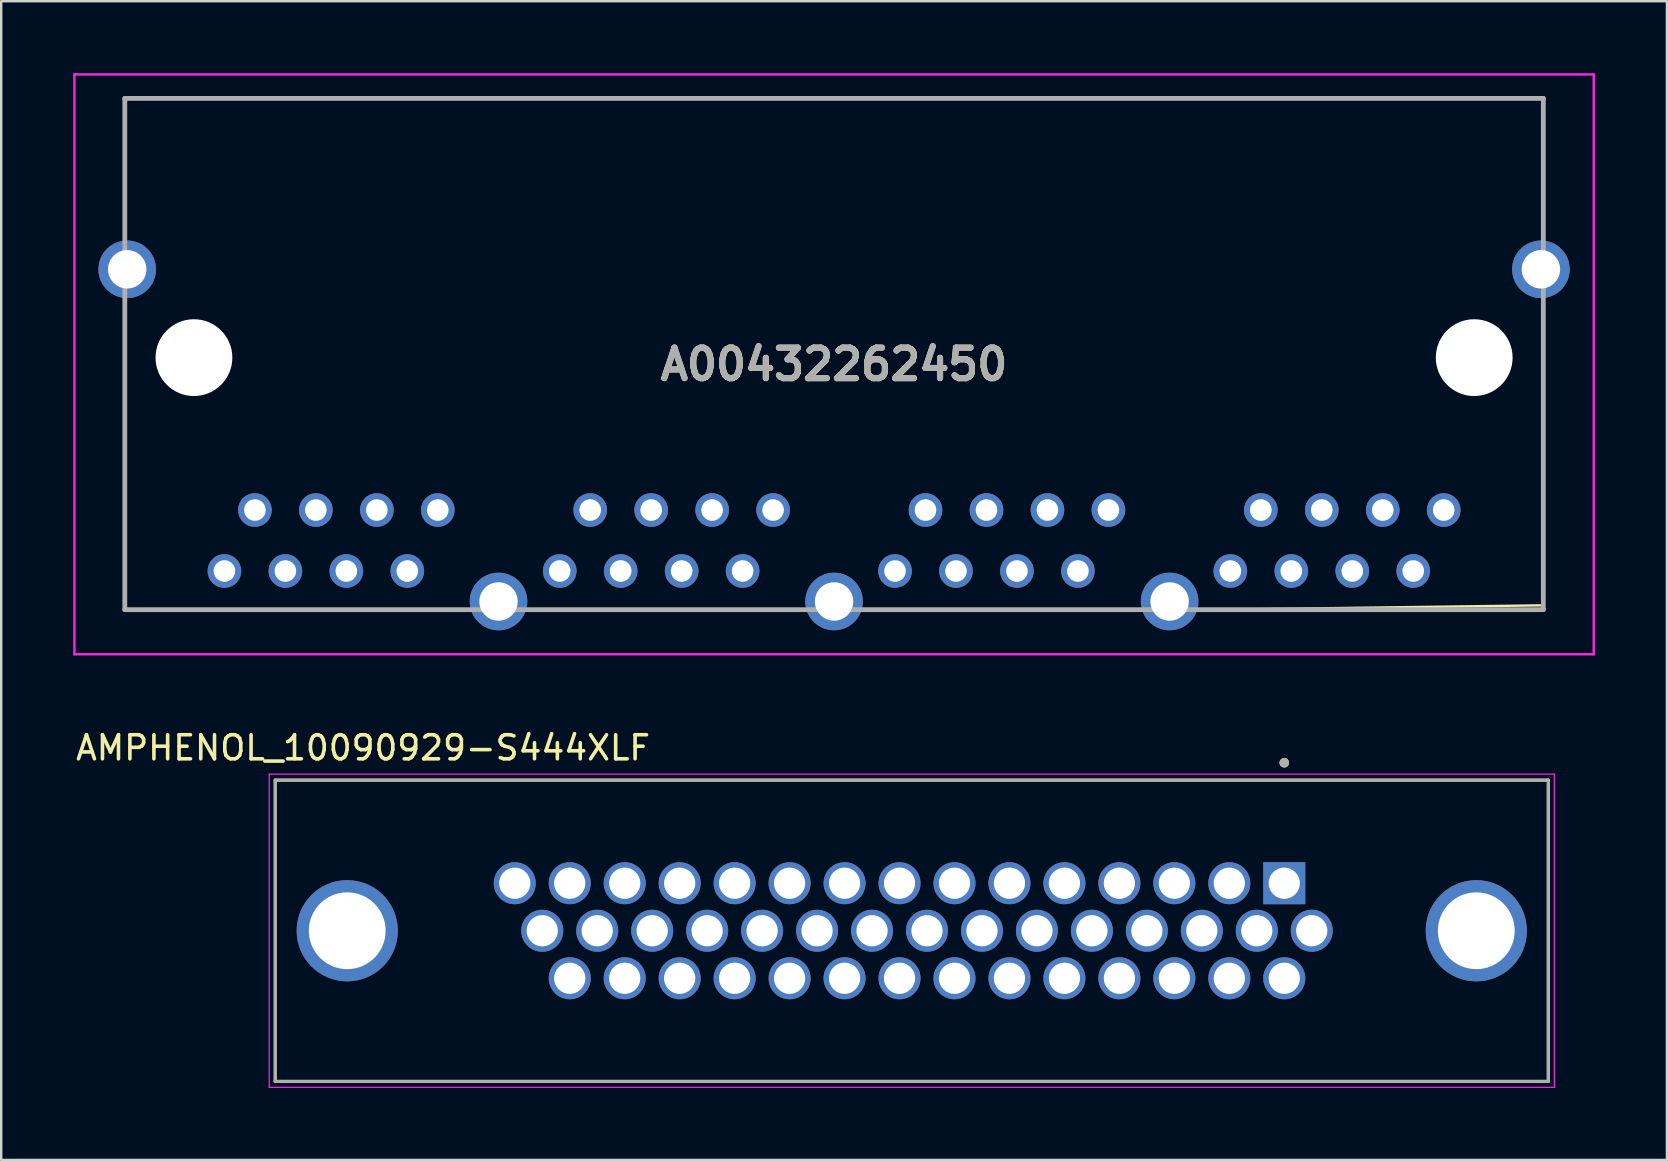
<source format=kicad_pcb>
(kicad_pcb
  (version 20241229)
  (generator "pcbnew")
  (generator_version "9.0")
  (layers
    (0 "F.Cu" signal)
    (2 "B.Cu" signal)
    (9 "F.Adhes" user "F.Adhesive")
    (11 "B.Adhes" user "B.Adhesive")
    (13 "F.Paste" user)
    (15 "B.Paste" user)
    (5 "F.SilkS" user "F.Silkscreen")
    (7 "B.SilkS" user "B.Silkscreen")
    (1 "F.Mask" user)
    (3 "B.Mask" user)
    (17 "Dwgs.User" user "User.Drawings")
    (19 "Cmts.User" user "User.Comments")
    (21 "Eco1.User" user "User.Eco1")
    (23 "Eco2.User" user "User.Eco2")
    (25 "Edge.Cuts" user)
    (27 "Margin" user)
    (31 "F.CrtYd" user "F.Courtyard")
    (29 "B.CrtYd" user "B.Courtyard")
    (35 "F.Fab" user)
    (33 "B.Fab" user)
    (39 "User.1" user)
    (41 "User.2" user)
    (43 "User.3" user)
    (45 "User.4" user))
  (footprint "AMPHENOL_10090929-S444XLF"
    (layer "F.Cu")
    (at 34.937 35.728)
    (property "Reference" "AMPHENOL_10090929-S444XLF" (at -22.86 -7.62 0) (layer "F.SilkS") (effects (font (size 1 1) (thickness 0.15))))
    (attr through_hole)
    (fp_line (start -26.52 -6.275) (end 26.52 -6.275) (stroke (width 0.127) (type solid)) (layer "F.SilkS"))
    (fp_line (start -26.52 6.275) (end -26.52 -6.275) (stroke (width 0.127) (type solid)) (layer "F.SilkS"))
    (fp_line (start 26.52 -6.275) (end 26.52 6.275) (stroke (width 0.127) (type solid)) (layer "F.SilkS"))
    (fp_line (start 26.52 6.275) (end -26.52 6.275) (stroke (width 0.127) (type solid)) (layer "F.SilkS"))
    (fp_circle (center 15.52 -7) (end 15.62 -7) (stroke (width 0.2) (type solid)) (fill no) (layer "F.SilkS"))
    (fp_line (start -26.77 -6.525) (end -26.77 6.525) (stroke (width 0.05) (type solid)) (layer "F.CrtYd"))
    (fp_line (start -26.77 6.525) (end 26.77 6.525) (stroke (width 0.05) (type solid)) (layer "F.CrtYd"))
    (fp_line (start 26.77 -6.525) (end -26.77 -6.525) (stroke (width 0.05) (type solid)) (layer "F.CrtYd"))
    (fp_line (start 26.77 6.525) (end 26.77 -6.525) (stroke (width 0.05) (type solid)) (layer "F.CrtYd"))
    (fp_line (start -26.52 -6.275) (end 26.52 -6.275) (stroke (width 0.127) (type solid)) (layer "F.Fab"))
    (fp_line (start -26.52 6.275) (end -26.52 -6.275) (stroke (width 0.127) (type solid)) (layer "F.Fab"))
    (fp_line (start 26.52 -6.275) (end 26.52 6.275) (stroke (width 0.127) (type solid)) (layer "F.Fab"))
    (fp_line (start 26.52 6.275) (end -26.52 6.275) (stroke (width 0.127) (type solid)) (layer "F.Fab"))
    (fp_circle (center 15.52 -7) (end 15.62 -7) (stroke (width 0.2) (type solid)) (fill no) (layer "F.Fab"))
    (pad "1" thru_hole rect (at 15.52 -1.98) (size 1.75 1.75) (drill 1.3) (layers "*.Cu" "*.Mask"))
    (pad "2" thru_hole circle (at 13.23 -1.98) (size 1.75 1.75) (drill 1.3) (layers "*.Cu" "*.Mask"))
    (pad "3" thru_hole circle (at 10.94 -1.98) (size 1.75 1.75) (drill 1.3) (layers "*.Cu" "*.Mask"))
    (pad "4" thru_hole circle (at 8.65 -1.98) (size 1.75 1.75) (drill 1.3) (layers "*.Cu" "*.Mask"))
    (pad "5" thru_hole circle (at 6.36 -1.98) (size 1.75 1.75) (drill 1.3) (layers "*.Cu" "*.Mask"))
    (pad "6" thru_hole circle (at 4.07 -1.98) (size 1.75 1.75) (drill 1.3) (layers "*.Cu" "*.Mask"))
    (pad "7" thru_hole circle (at 1.78 -1.98) (size 1.75 1.75) (drill 1.3) (layers "*.Cu" "*.Mask"))
    (pad "8" thru_hole circle (at -0.51 -1.98) (size 1.75 1.75) (drill 1.3) (layers "*.Cu" "*.Mask"))
    (pad "9" thru_hole circle (at -2.8 -1.98) (size 1.75 1.75) (drill 1.3) (layers "*.Cu" "*.Mask"))
    (pad "10" thru_hole circle (at -5.09 -1.98) (size 1.75 1.75) (drill 1.3) (layers "*.Cu" "*.Mask"))
    (pad "11" thru_hole circle (at -7.38 -1.98) (size 1.75 1.75) (drill 1.3) (layers "*.Cu" "*.Mask"))
    (pad "12" thru_hole circle (at -9.67 -1.98) (size 1.75 1.75) (drill 1.3) (layers "*.Cu" "*.Mask"))
    (pad "13" thru_hole circle (at -11.96 -1.98) (size 1.75 1.75) (drill 1.3) (layers "*.Cu" "*.Mask"))
    (pad "14" thru_hole circle (at -14.25 -1.98) (size 1.75 1.75) (drill 1.3) (layers "*.Cu" "*.Mask"))
    (pad "15" thru_hole circle (at -16.54 -1.98) (size 1.75 1.75) (drill 1.3) (layers "*.Cu" "*.Mask"))
    (pad "16" thru_hole circle (at 16.665 0) (size 1.75 1.75) (drill 1.3) (layers "*.Cu" "*.Mask"))
    (pad "17" thru_hole circle (at 14.375 0) (size 1.75 1.75) (drill 1.3) (layers "*.Cu" "*.Mask"))
    (pad "18" thru_hole circle (at 12.085 0) (size 1.75 1.75) (drill 1.3) (layers "*.Cu" "*.Mask"))
    (pad "19" thru_hole circle (at 9.795 0) (size 1.75 1.75) (drill 1.3) (layers "*.Cu" "*.Mask"))
    (pad "20" thru_hole circle (at 7.505 0) (size 1.75 1.75) (drill 1.3) (layers "*.Cu" "*.Mask"))
    (pad "21" thru_hole circle (at 5.215 0) (size 1.75 1.75) (drill 1.3) (layers "*.Cu" "*.Mask"))
    (pad "22" thru_hole circle (at 2.925 0) (size 1.75 1.75) (drill 1.3) (layers "*.Cu" "*.Mask"))
    (pad "23" thru_hole circle (at 0.635 0) (size 1.75 1.75) (drill 1.3) (layers "*.Cu" "*.Mask"))
    (pad "24" thru_hole circle (at -1.655 0) (size 1.75 1.75) (drill 1.3) (layers "*.Cu" "*.Mask"))
    (pad "25" thru_hole circle (at -3.945 0) (size 1.75 1.75) (drill 1.3) (layers "*.Cu" "*.Mask"))
    (pad "26" thru_hole circle (at -6.235 0) (size 1.75 1.75) (drill 1.3) (layers "*.Cu" "*.Mask"))
    (pad "27" thru_hole circle (at -8.525 0) (size 1.75 1.75) (drill 1.3) (layers "*.Cu" "*.Mask"))
    (pad "28" thru_hole circle (at -10.815 0) (size 1.75 1.75) (drill 1.3) (layers "*.Cu" "*.Mask"))
    (pad "29" thru_hole circle (at -13.105 0) (size 1.75 1.75) (drill 1.3) (layers "*.Cu" "*.Mask"))
    (pad "30" thru_hole circle (at -15.395 0) (size 1.75 1.75) (drill 1.3) (layers "*.Cu" "*.Mask"))
    (pad "31" thru_hole circle (at 15.52 1.98) (size 1.75 1.75) (drill 1.3) (layers "*.Cu" "*.Mask"))
    (pad "32" thru_hole circle (at 13.23 1.98) (size 1.75 1.75) (drill 1.3) (layers "*.Cu" "*.Mask"))
    (pad "33" thru_hole circle (at 10.94 1.98) (size 1.75 1.75) (drill 1.3) (layers "*.Cu" "*.Mask"))
    (pad "34" thru_hole circle (at 8.65 1.98) (size 1.75 1.75) (drill 1.3) (layers "*.Cu" "*.Mask"))
    (pad "35" thru_hole circle (at 6.36 1.98) (size 1.75 1.75) (drill 1.3) (layers "*.Cu" "*.Mask"))
    (pad "36" thru_hole circle (at 4.07 1.98) (size 1.75 1.75) (drill 1.3) (layers "*.Cu" "*.Mask"))
    (pad "37" thru_hole circle (at 1.78 1.98) (size 1.75 1.75) (drill 1.3) (layers "*.Cu" "*.Mask"))
    (pad "38" thru_hole circle (at -0.51 1.98) (size 1.75 1.75) (drill 1.3) (layers "*.Cu" "*.Mask"))
    (pad "39" thru_hole circle (at -2.8 1.98) (size 1.75 1.75) (drill 1.3) (layers "*.Cu" "*.Mask"))
    (pad "40" thru_hole circle (at -5.09 1.98) (size 1.75 1.75) (drill 1.3) (layers "*.Cu" "*.Mask"))
    (pad "41" thru_hole circle (at -7.38 1.98) (size 1.75 1.75) (drill 1.3) (layers "*.Cu" "*.Mask"))
    (pad "42" thru_hole circle (at -9.67 1.98) (size 1.75 1.75) (drill 1.3) (layers "*.Cu" "*.Mask"))
    (pad "43" thru_hole circle (at -11.96 1.98) (size 1.75 1.75) (drill 1.3) (layers "*.Cu" "*.Mask"))
    (pad "44" thru_hole circle (at -14.25 1.98) (size 1.75 1.75) (drill 1.3) (layers "*.Cu" "*.Mask"))
    (pad "SH1" thru_hole circle (at -23.52 0) (size 4.216 4.216) (drill 3.2) (layers "*.Cu" "*.Mask"))
    (pad "SH2" thru_hole circle (at 23.52 0) (size 4.216 4.216) (drill 3.2) (layers "*.Cu" "*.Mask")))
  (footprint "A00432262450"
    (layer "F.Cu")
    (at 6.3 20.74)
    (property "Reference" "A00432262450" (at 25.4 -8.61 0) (layer "F.SilkS") (effects (font (size 1.27 1.27) (thickness 0.254))))
    (attr through_hole)
    (fp_line (start -4.15 -19.69) (end 54.95 -19.69) (stroke (width 0.1) (type solid)) (layer "F.SilkS"))
    (fp_line (start -4.15 -14.57) (end -4.15 -19.69) (stroke (width 0.1) (type solid)) (layer "F.SilkS"))
    (fp_line (start -4.15 -10.57) (end -4.15 1.43) (stroke (width 0.1) (type solid)) (layer "F.SilkS"))
    (fp_line (start -4.15 1.43) (end -4.15 1.61) (stroke (width 0.1) (type solid)) (layer "F.SilkS"))
    (fp_line (start -4.15 1.61) (end 9.4 1.61) (stroke (width 0.1) (type solid)) (layer "F.SilkS"))
    (fp_line (start 54.95 -19.69) (end 54.95 -14.57) (stroke (width 0.1) (type solid)) (layer "F.SilkS"))
    (fp_line (start 54.95 -10.57) (end 54.95 1.43) (stroke (width 0.1) (type solid)) (layer "F.SilkS"))
    (fp_line (start 54.95 1.43) (end 41.4 1.61) (stroke (width 0.1) (type solid)) (layer "F.SilkS"))
    (fp_line (start -6.25 -20.69) (end 57.05 -20.69) (stroke (width 0.1) (type solid)) (layer "F.CrtYd"))
    (fp_line (start -6.25 3.47) (end -6.25 -20.69) (stroke (width 0.1) (type solid)) (layer "F.CrtYd"))
    (fp_line (start 57.05 -20.69) (end 57.05 3.47) (stroke (width 0.1) (type solid)) (layer "F.CrtYd"))
    (fp_line (start 57.05 3.47) (end -6.25 3.47) (stroke (width 0.1) (type solid)) (layer "F.CrtYd"))
    (fp_line (start -4.15 -19.69) (end 54.95 -19.69) (stroke (width 0.2) (type solid)) (layer "F.Fab"))
    (fp_line (start -4.15 1.61) (end -4.15 -19.69) (stroke (width 0.2) (type solid)) (layer "F.Fab"))
    (fp_line (start 54.95 -19.69) (end 54.95 1.61) (stroke (width 0.2) (type solid)) (layer "F.Fab"))
    (fp_line (start 54.95 1.61) (end -4.15 1.61) (stroke (width 0.2) (type solid)) (layer "F.Fab"))
    (fp_text user "${REFERENCE}" (at 25.4 -8.61 0) (layer "F.Fab") (effects (font (size 1.27 1.27) (thickness 0.254))))
    (pad "" np_thru_hole circle (at -1.27 -8.89) (size 3.2 3.2) (drill 3.2) (layers "*.Cu" "*.Mask"))
    (pad "" np_thru_hole circle (at 52.07 -8.89) (size 3.2 3.2) (drill 3.2) (layers "*.Cu" "*.Mask"))
    (pad "1" thru_hole circle (at 0 0) (size 1.4 1.4) (drill 0.9) (layers "*.Cu" "*.Mask"))
    (pad "2" thru_hole circle (at 1.27 -2.54) (size 1.4 1.4) (drill 0.9) (layers "*.Cu" "*.Mask"))
    (pad "3" thru_hole circle (at 2.54 0) (size 1.4 1.4) (drill 0.9) (layers "*.Cu" "*.Mask"))
    (pad "4" thru_hole circle (at 3.81 -2.54) (size 1.4 1.4) (drill 0.9) (layers "*.Cu" "*.Mask"))
    (pad "5" thru_hole circle (at 5.08 0) (size 1.4 1.4) (drill 0.9) (layers "*.Cu" "*.Mask"))
    (pad "6" thru_hole circle (at 6.35 -2.54) (size 1.4 1.4) (drill 0.9) (layers "*.Cu" "*.Mask"))
    (pad "7" thru_hole circle (at 7.62 0) (size 1.4 1.4) (drill 0.9) (layers "*.Cu" "*.Mask"))
    (pad "8" thru_hole circle (at 8.89 -2.54) (size 1.4 1.4) (drill 0.9) (layers "*.Cu" "*.Mask"))
    (pad "9" thru_hole circle (at 13.97 0) (size 1.4 1.4) (drill 0.9) (layers "*.Cu" "*.Mask"))
    (pad "10" thru_hole circle (at 15.24 -2.54) (size 1.4 1.4) (drill 0.9) (layers "*.Cu" "*.Mask"))
    (pad "11" thru_hole circle (at 16.51 0) (size 1.4 1.4) (drill 0.9) (layers "*.Cu" "*.Mask"))
    (pad "12" thru_hole circle (at 17.78 -2.54) (size 1.4 1.4) (drill 0.9) (layers "*.Cu" "*.Mask"))
    (pad "13" thru_hole circle (at 19.05 0) (size 1.4 1.4) (drill 0.9) (layers "*.Cu" "*.Mask"))
    (pad "14" thru_hole circle (at 20.32 -2.54) (size 1.4 1.4) (drill 0.9) (layers "*.Cu" "*.Mask"))
    (pad "15" thru_hole circle (at 21.59 0) (size 1.4 1.4) (drill 0.9) (layers "*.Cu" "*.Mask"))
    (pad "16" thru_hole circle (at 22.86 -2.54) (size 1.4 1.4) (drill 0.9) (layers "*.Cu" "*.Mask"))
    (pad "17" thru_hole circle (at 27.94 0) (size 1.4 1.4) (drill 0.9) (layers "*.Cu" "*.Mask"))
    (pad "18" thru_hole circle (at 29.21 -2.54) (size 1.4 1.4) (drill 0.9) (layers "*.Cu" "*.Mask"))
    (pad "19" thru_hole circle (at 30.48 0) (size 1.4 1.4) (drill 0.9) (layers "*.Cu" "*.Mask"))
    (pad "20" thru_hole circle (at 31.75 -2.54) (size 1.4 1.4) (drill 0.9) (layers "*.Cu" "*.Mask"))
    (pad "21" thru_hole circle (at 33.02 0) (size 1.4 1.4) (drill 0.9) (layers "*.Cu" "*.Mask"))
    (pad "22" thru_hole circle (at 34.29 -2.54) (size 1.4 1.4) (drill 0.9) (layers "*.Cu" "*.Mask"))
    (pad "23" thru_hole circle (at 35.56 0) (size 1.4 1.4) (drill 0.9) (layers "*.Cu" "*.Mask"))
    (pad "24" thru_hole circle (at 36.83 -2.54) (size 1.4 1.4) (drill 0.9) (layers "*.Cu" "*.Mask"))
    (pad "25" thru_hole circle (at 41.91 0) (size 1.4 1.4) (drill 0.9) (layers "*.Cu" "*.Mask"))
    (pad "26" thru_hole circle (at 43.18 -2.54) (size 1.4 1.4) (drill 0.9) (layers "*.Cu" "*.Mask"))
    (pad "27" thru_hole circle (at 44.45 0) (size 1.4 1.4) (drill 0.9) (layers "*.Cu" "*.Mask"))
    (pad "28" thru_hole circle (at 45.72 -2.54) (size 1.4 1.4) (drill 0.9) (layers "*.Cu" "*.Mask"))
    (pad "29" thru_hole circle (at 46.99 0) (size 1.4 1.4) (drill 0.9) (layers "*.Cu" "*.Mask"))
    (pad "30" thru_hole circle (at 48.26 -2.54) (size 1.4 1.4) (drill 0.9) (layers "*.Cu" "*.Mask"))
    (pad "31" thru_hole circle (at 49.53 0) (size 1.4 1.4) (drill 0.9) (layers "*.Cu" "*.Mask"))
    (pad "32" thru_hole circle (at 50.8 -2.54) (size 1.4 1.4) (drill 0.9) (layers "*.Cu" "*.Mask"))
    (pad "33" thru_hole circle (at 11.42 1.27) (size 2.4 2.4) (drill 1.6) (layers "*.Cu" "*.Mask"))
    (pad "34" thru_hole circle (at 25.4 1.27) (size 2.4 2.4) (drill 1.6) (layers "*.Cu" "*.Mask"))
    (pad "35" thru_hole circle (at 39.38 1.27) (size 2.4 2.4) (drill 1.6) (layers "*.Cu" "*.Mask"))
    (pad "36" thru_hole circle (at -4.05 -12.57) (size 2.4 2.4) (drill 1.6) (layers "*.Cu" "*.Mask"))
    (pad "37" thru_hole circle (at 54.85 -12.57) (size 2.4 2.4) (drill 1.6) (layers "*.Cu" "*.Mask")))
  (gr_rect
    (start -3 -3)
    (end 66.4 45.278)
    (stroke (width 0.1) (type default))
    (fill no)
    (layer "Edge.Cuts")))
</source>
